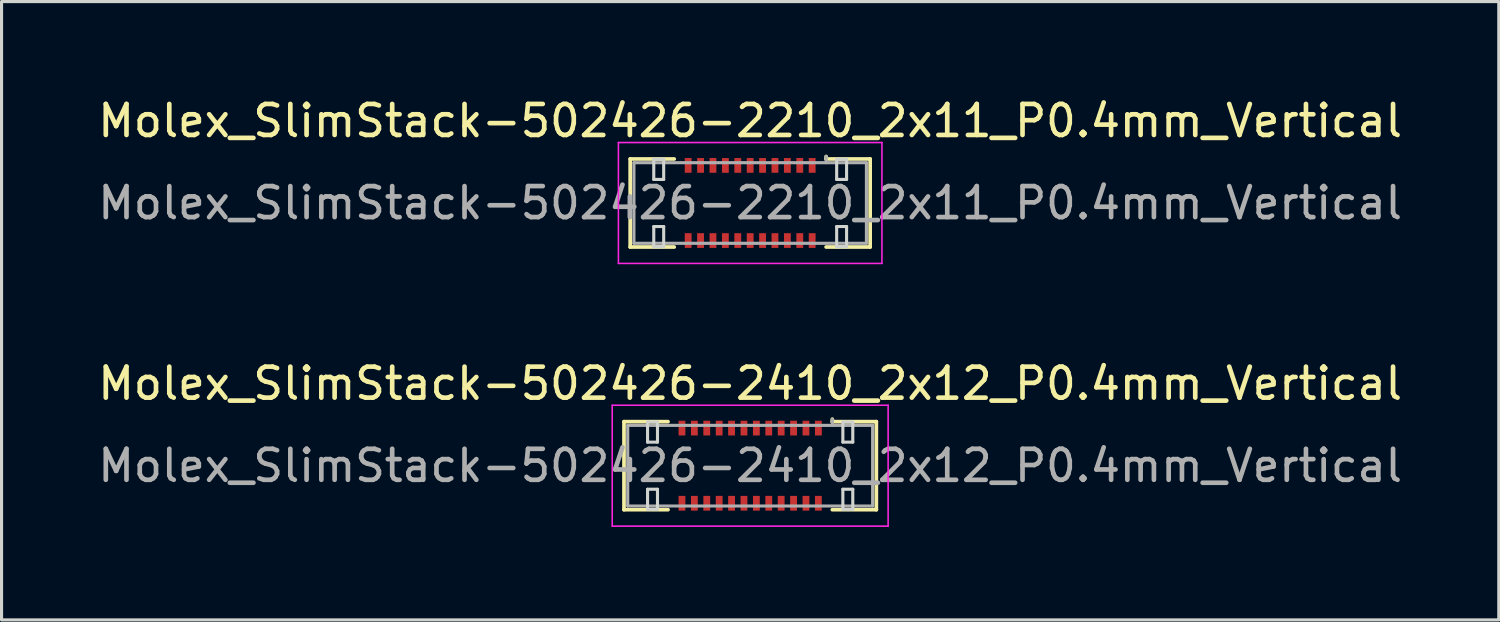
<source format=kicad_pcb>
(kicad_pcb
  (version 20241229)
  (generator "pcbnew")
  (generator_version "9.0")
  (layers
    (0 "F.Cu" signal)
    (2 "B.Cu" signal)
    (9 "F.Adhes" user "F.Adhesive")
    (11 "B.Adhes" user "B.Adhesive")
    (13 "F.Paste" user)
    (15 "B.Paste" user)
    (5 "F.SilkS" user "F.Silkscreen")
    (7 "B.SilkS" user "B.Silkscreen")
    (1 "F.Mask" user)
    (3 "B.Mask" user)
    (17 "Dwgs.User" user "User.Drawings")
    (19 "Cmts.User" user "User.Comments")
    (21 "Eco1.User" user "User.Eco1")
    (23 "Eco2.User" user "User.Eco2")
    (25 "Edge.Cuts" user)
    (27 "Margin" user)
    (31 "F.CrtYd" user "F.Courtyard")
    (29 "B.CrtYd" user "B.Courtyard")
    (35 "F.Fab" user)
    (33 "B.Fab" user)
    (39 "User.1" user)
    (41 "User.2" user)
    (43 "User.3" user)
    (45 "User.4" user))
  (footprint "Molex_SlimStack-502426-2210_2x11_P0.4mm_Vertical"
    (layer "F.Cu")
    (at 21.149 3.498)
    (property "Reference" "Molex_SlimStack-502426-2210_2x11_P0.4mm_Vertical" (at 0 -2.65 0) (layer "F.SilkS") (effects (font (size 1 1) (thickness 0.15))))
    (attr smd)
    (fp_line (start -3.87 -1.42) (end -2.45 -1.42) (stroke (width 0.12) (type solid)) (layer "F.SilkS"))
    (fp_line (start -3.87 1.42) (end -3.87 -1.42) (stroke (width 0.12) (type solid)) (layer "F.SilkS"))
    (fp_line (start -2.45 1.42) (end -3.87 1.42) (stroke (width 0.12) (type solid)) (layer "F.SilkS"))
    (fp_line (start 2.45 -1.42) (end 2.45 -1.5) (stroke (width 0.12) (type solid)) (layer "F.SilkS"))
    (fp_line (start 2.45 1.42) (end 3.87 1.42) (stroke (width 0.12) (type solid)) (layer "F.SilkS"))
    (fp_line (start 3.87 -1.42) (end 2.45 -1.42) (stroke (width 0.12) (type solid)) (layer "F.SilkS"))
    (fp_line (start 3.87 1.42) (end 3.87 -1.42) (stroke (width 0.12) (type solid)) (layer "F.SilkS"))
    (fp_line (start -3.11 -1.41) (end -3.11 -0.76) (stroke (width 0.1) (type solid)) (layer "Edge.Cuts"))
    (fp_line (start -3.11 -0.76) (end -2.79 -0.76) (stroke (width 0.1) (type solid)) (layer "Edge.Cuts"))
    (fp_line (start -3.11 0.76) (end -3.11 1.41) (stroke (width 0.1) (type solid)) (layer "Edge.Cuts"))
    (fp_line (start -3.11 1.41) (end -2.79 1.41) (stroke (width 0.1) (type solid)) (layer "Edge.Cuts"))
    (fp_line (start -2.79 -1.41) (end -3.11 -1.41) (stroke (width 0.1) (type solid)) (layer "Edge.Cuts"))
    (fp_line (start -2.79 -0.76) (end -2.79 -1.41) (stroke (width 0.1) (type solid)) (layer "Edge.Cuts"))
    (fp_line (start -2.79 0.76) (end -3.11 0.76) (stroke (width 0.1) (type solid)) (layer "Edge.Cuts"))
    (fp_line (start -2.79 1.41) (end -2.79 0.76) (stroke (width 0.1) (type solid)) (layer "Edge.Cuts"))
    (fp_line (start 2.79 -1.41) (end 2.79 -0.76) (stroke (width 0.1) (type solid)) (layer "Edge.Cuts"))
    (fp_line (start 2.79 -0.76) (end 3.11 -0.76) (stroke (width 0.1) (type solid)) (layer "Edge.Cuts"))
    (fp_line (start 2.79 0.76) (end 2.79 1.41) (stroke (width 0.1) (type solid)) (layer "Edge.Cuts"))
    (fp_line (start 2.79 1.41) (end 3.11 1.41) (stroke (width 0.1) (type solid)) (layer "Edge.Cuts"))
    (fp_line (start 3.11 -1.41) (end 2.79 -1.41) (stroke (width 0.1) (type solid)) (layer "Edge.Cuts"))
    (fp_line (start 3.11 -0.76) (end 3.11 -1.41) (stroke (width 0.1) (type solid)) (layer "Edge.Cuts"))
    (fp_line (start 3.11 0.76) (end 2.79 0.76) (stroke (width 0.1) (type solid)) (layer "Edge.Cuts"))
    (fp_line (start 3.11 1.41) (end 3.11 0.76) (stroke (width 0.1) (type solid)) (layer "Edge.Cuts"))
    (fp_line (start -4.25 -1.95) (end -4.25 1.95) (stroke (width 0.05) (type solid)) (layer "F.CrtYd"))
    (fp_line (start -4.25 1.95) (end 4.25 1.95) (stroke (width 0.05) (type solid)) (layer "F.CrtYd"))
    (fp_line (start 4.25 -1.95) (end -4.25 -1.95) (stroke (width 0.05) (type solid)) (layer "F.CrtYd"))
    (fp_line (start 4.25 1.95) (end 4.25 -1.95) (stroke (width 0.05) (type solid)) (layer "F.CrtYd"))
    (fp_line (start -3.75 -1.3) (end -3.75 1.3) (stroke (width 0.1) (type solid)) (layer "F.Fab"))
    (fp_line (start -3.75 1.3) (end 3.75 1.3) (stroke (width 0.1) (type solid)) (layer "F.Fab"))
    (fp_line (start 2.45 -1.3) (end 2.45 -1.5) (stroke (width 0.1) (type solid)) (layer "F.Fab"))
    (fp_line (start 3.75 -1.3) (end -3.75 -1.3) (stroke (width 0.1) (type solid)) (layer "F.Fab"))
    (fp_line (start 3.75 1.3) (end 3.75 -1.3) (stroke (width 0.1) (type solid)) (layer "F.Fab"))
    (fp_text user "${REFERENCE}" (at 0 0 0) (layer "F.Fab") (effects (font (size 1 1) (thickness 0.15))))
    (pad "1" smd rect (at 2 -1.212) (size 0.22 0.475) (layers "F.Cu" "F.Mask" "F.Paste"))
    (pad "2" smd rect (at 2 1.212) (size 0.22 0.475) (layers "F.Cu" "F.Mask" "F.Paste"))
    (pad "3" smd rect (at 1.6 -1.212) (size 0.22 0.475) (layers "F.Cu" "F.Mask" "F.Paste"))
    (pad "4" smd rect (at 1.6 1.212) (size 0.22 0.475) (layers "F.Cu" "F.Mask" "F.Paste"))
    (pad "5" smd rect (at 1.2 -1.212) (size 0.22 0.475) (layers "F.Cu" "F.Mask" "F.Paste"))
    (pad "6" smd rect (at 1.2 1.212) (size 0.22 0.475) (layers "F.Cu" "F.Mask" "F.Paste"))
    (pad "7" smd rect (at 0.8 -1.212) (size 0.22 0.475) (layers "F.Cu" "F.Mask" "F.Paste"))
    (pad "8" smd rect (at 0.8 1.212) (size 0.22 0.475) (layers "F.Cu" "F.Mask" "F.Paste"))
    (pad "9" smd rect (at 0.4 -1.212) (size 0.22 0.475) (layers "F.Cu" "F.Mask" "F.Paste"))
    (pad "10" smd rect (at 0.4 1.212) (size 0.22 0.475) (layers "F.Cu" "F.Mask" "F.Paste"))
    (pad "11" smd rect (at 0 -1.212) (size 0.22 0.475) (layers "F.Cu" "F.Mask" "F.Paste"))
    (pad "12" smd rect (at 0 1.212) (size 0.22 0.475) (layers "F.Cu" "F.Mask" "F.Paste"))
    (pad "13" smd rect (at -0.4 -1.212) (size 0.22 0.475) (layers "F.Cu" "F.Mask" "F.Paste"))
    (pad "14" smd rect (at -0.4 1.212) (size 0.22 0.475) (layers "F.Cu" "F.Mask" "F.Paste"))
    (pad "15" smd rect (at -0.8 -1.212) (size 0.22 0.475) (layers "F.Cu" "F.Mask" "F.Paste"))
    (pad "16" smd rect (at -0.8 1.212) (size 0.22 0.475) (layers "F.Cu" "F.Mask" "F.Paste"))
    (pad "17" smd rect (at -1.2 -1.212) (size 0.22 0.475) (layers "F.Cu" "F.Mask" "F.Paste"))
    (pad "18" smd rect (at -1.2 1.212) (size 0.22 0.475) (layers "F.Cu" "F.Mask" "F.Paste"))
    (pad "19" smd rect (at -1.6 -1.212) (size 0.22 0.475) (layers "F.Cu" "F.Mask" "F.Paste"))
    (pad "20" smd rect (at -1.6 1.212) (size 0.22 0.475) (layers "F.Cu" "F.Mask" "F.Paste"))
    (pad "21" smd rect (at -2 -1.212) (size 0.22 0.475) (layers "F.Cu" "F.Mask" "F.Paste"))
    (pad "22" smd rect (at -2 1.212) (size 0.22 0.475) (layers "F.Cu" "F.Mask" "F.Paste")))
  (footprint "Molex_SlimStack-502426-2410_2x12_P0.4mm_Vertical"
    (layer "F.Cu")
    (at 21.149 11.972)
    (property "Reference" "Molex_SlimStack-502426-2410_2x12_P0.4mm_Vertical" (at 0 -2.65 0) (layer "F.SilkS") (effects (font (size 1 1) (thickness 0.15))))
    (attr smd)
    (fp_line (start -4.07 -1.42) (end -2.65 -1.42) (stroke (width 0.12) (type solid)) (layer "F.SilkS"))
    (fp_line (start -4.07 1.42) (end -4.07 -1.42) (stroke (width 0.12) (type solid)) (layer "F.SilkS"))
    (fp_line (start -2.65 1.42) (end -4.07 1.42) (stroke (width 0.12) (type solid)) (layer "F.SilkS"))
    (fp_line (start 2.65 -1.42) (end 2.65 -1.5) (stroke (width 0.12) (type solid)) (layer "F.SilkS"))
    (fp_line (start 2.65 1.42) (end 4.07 1.42) (stroke (width 0.12) (type solid)) (layer "F.SilkS"))
    (fp_line (start 4.07 -1.42) (end 2.65 -1.42) (stroke (width 0.12) (type solid)) (layer "F.SilkS"))
    (fp_line (start 4.07 1.42) (end 4.07 -1.42) (stroke (width 0.12) (type solid)) (layer "F.SilkS"))
    (fp_line (start -3.31 -1.41) (end -3.31 -0.76) (stroke (width 0.1) (type solid)) (layer "Edge.Cuts"))
    (fp_line (start -3.31 -0.76) (end -2.99 -0.76) (stroke (width 0.1) (type solid)) (layer "Edge.Cuts"))
    (fp_line (start -3.31 0.76) (end -3.31 1.41) (stroke (width 0.1) (type solid)) (layer "Edge.Cuts"))
    (fp_line (start -3.31 1.41) (end -2.99 1.41) (stroke (width 0.1) (type solid)) (layer "Edge.Cuts"))
    (fp_line (start -2.99 -1.41) (end -3.31 -1.41) (stroke (width 0.1) (type solid)) (layer "Edge.Cuts"))
    (fp_line (start -2.99 -0.76) (end -2.99 -1.41) (stroke (width 0.1) (type solid)) (layer "Edge.Cuts"))
    (fp_line (start -2.99 0.76) (end -3.31 0.76) (stroke (width 0.1) (type solid)) (layer "Edge.Cuts"))
    (fp_line (start -2.99 1.41) (end -2.99 0.76) (stroke (width 0.1) (type solid)) (layer "Edge.Cuts"))
    (fp_line (start 2.99 -1.41) (end 2.99 -0.76) (stroke (width 0.1) (type solid)) (layer "Edge.Cuts"))
    (fp_line (start 2.99 -0.76) (end 3.31 -0.76) (stroke (width 0.1) (type solid)) (layer "Edge.Cuts"))
    (fp_line (start 2.99 0.76) (end 2.99 1.41) (stroke (width 0.1) (type solid)) (layer "Edge.Cuts"))
    (fp_line (start 2.99 1.41) (end 3.31 1.41) (stroke (width 0.1) (type solid)) (layer "Edge.Cuts"))
    (fp_line (start 3.31 -1.41) (end 2.99 -1.41) (stroke (width 0.1) (type solid)) (layer "Edge.Cuts"))
    (fp_line (start 3.31 -0.76) (end 3.31 -1.41) (stroke (width 0.1) (type solid)) (layer "Edge.Cuts"))
    (fp_line (start 3.31 0.76) (end 2.99 0.76) (stroke (width 0.1) (type solid)) (layer "Edge.Cuts"))
    (fp_line (start 3.31 1.41) (end 3.31 0.76) (stroke (width 0.1) (type solid)) (layer "Edge.Cuts"))
    (fp_line (start -4.45 -1.95) (end -4.45 1.95) (stroke (width 0.05) (type solid)) (layer "F.CrtYd"))
    (fp_line (start -4.45 1.95) (end 4.45 1.95) (stroke (width 0.05) (type solid)) (layer "F.CrtYd"))
    (fp_line (start 4.45 -1.95) (end -4.45 -1.95) (stroke (width 0.05) (type solid)) (layer "F.CrtYd"))
    (fp_line (start 4.45 1.95) (end 4.45 -1.95) (stroke (width 0.05) (type solid)) (layer "F.CrtYd"))
    (fp_line (start -3.95 -1.3) (end -3.95 1.3) (stroke (width 0.1) (type solid)) (layer "F.Fab"))
    (fp_line (start -3.95 1.3) (end 3.95 1.3) (stroke (width 0.1) (type solid)) (layer "F.Fab"))
    (fp_line (start 2.65 -1.3) (end 2.65 -1.5) (stroke (width 0.1) (type solid)) (layer "F.Fab"))
    (fp_line (start 3.95 -1.3) (end -3.95 -1.3) (stroke (width 0.1) (type solid)) (layer "F.Fab"))
    (fp_line (start 3.95 1.3) (end 3.95 -1.3) (stroke (width 0.1) (type solid)) (layer "F.Fab"))
    (fp_text user "${REFERENCE}" (at 0 0 0) (layer "F.Fab") (effects (font (size 1 1) (thickness 0.15))))
    (pad "1" smd rect (at 2.2 -1.212) (size 0.22 0.475) (layers "F.Cu" "F.Mask" "F.Paste"))
    (pad "2" smd rect (at 2.2 1.212) (size 0.22 0.475) (layers "F.Cu" "F.Mask" "F.Paste"))
    (pad "3" smd rect (at 1.8 -1.212) (size 0.22 0.475) (layers "F.Cu" "F.Mask" "F.Paste"))
    (pad "4" smd rect (at 1.8 1.212) (size 0.22 0.475) (layers "F.Cu" "F.Mask" "F.Paste"))
    (pad "5" smd rect (at 1.4 -1.212) (size 0.22 0.475) (layers "F.Cu" "F.Mask" "F.Paste"))
    (pad "6" smd rect (at 1.4 1.212) (size 0.22 0.475) (layers "F.Cu" "F.Mask" "F.Paste"))
    (pad "7" smd rect (at 1 -1.212) (size 0.22 0.475) (layers "F.Cu" "F.Mask" "F.Paste"))
    (pad "8" smd rect (at 1 1.212) (size 0.22 0.475) (layers "F.Cu" "F.Mask" "F.Paste"))
    (pad "9" smd rect (at 0.6 -1.212) (size 0.22 0.475) (layers "F.Cu" "F.Mask" "F.Paste"))
    (pad "10" smd rect (at 0.6 1.212) (size 0.22 0.475) (layers "F.Cu" "F.Mask" "F.Paste"))
    (pad "11" smd rect (at 0.2 -1.212) (size 0.22 0.475) (layers "F.Cu" "F.Mask" "F.Paste"))
    (pad "12" smd rect (at 0.2 1.212) (size 0.22 0.475) (layers "F.Cu" "F.Mask" "F.Paste"))
    (pad "13" smd rect (at -0.2 -1.212) (size 0.22 0.475) (layers "F.Cu" "F.Mask" "F.Paste"))
    (pad "14" smd rect (at -0.2 1.212) (size 0.22 0.475) (layers "F.Cu" "F.Mask" "F.Paste"))
    (pad "15" smd rect (at -0.6 -1.212) (size 0.22 0.475) (layers "F.Cu" "F.Mask" "F.Paste"))
    (pad "16" smd rect (at -0.6 1.212) (size 0.22 0.475) (layers "F.Cu" "F.Mask" "F.Paste"))
    (pad "17" smd rect (at -1 -1.212) (size 0.22 0.475) (layers "F.Cu" "F.Mask" "F.Paste"))
    (pad "18" smd rect (at -1 1.212) (size 0.22 0.475) (layers "F.Cu" "F.Mask" "F.Paste"))
    (pad "19" smd rect (at -1.4 -1.212) (size 0.22 0.475) (layers "F.Cu" "F.Mask" "F.Paste"))
    (pad "20" smd rect (at -1.4 1.212) (size 0.22 0.475) (layers "F.Cu" "F.Mask" "F.Paste"))
    (pad "21" smd rect (at -1.8 -1.212) (size 0.22 0.475) (layers "F.Cu" "F.Mask" "F.Paste"))
    (pad "22" smd rect (at -1.8 1.212) (size 0.22 0.475) (layers "F.Cu" "F.Mask" "F.Paste"))
    (pad "23" smd rect (at -2.2 -1.212) (size 0.22 0.475) (layers "F.Cu" "F.Mask" "F.Paste"))
    (pad "24" smd rect (at -2.2 1.212) (size 0.22 0.475) (layers "F.Cu" "F.Mask" "F.Paste")))
  (gr_rect
    (start -3 -3)
    (end 45.298 16.947)
    (stroke (width 0.1) (type default))
    (fill no)
    (layer "Edge.Cuts")))
</source>
